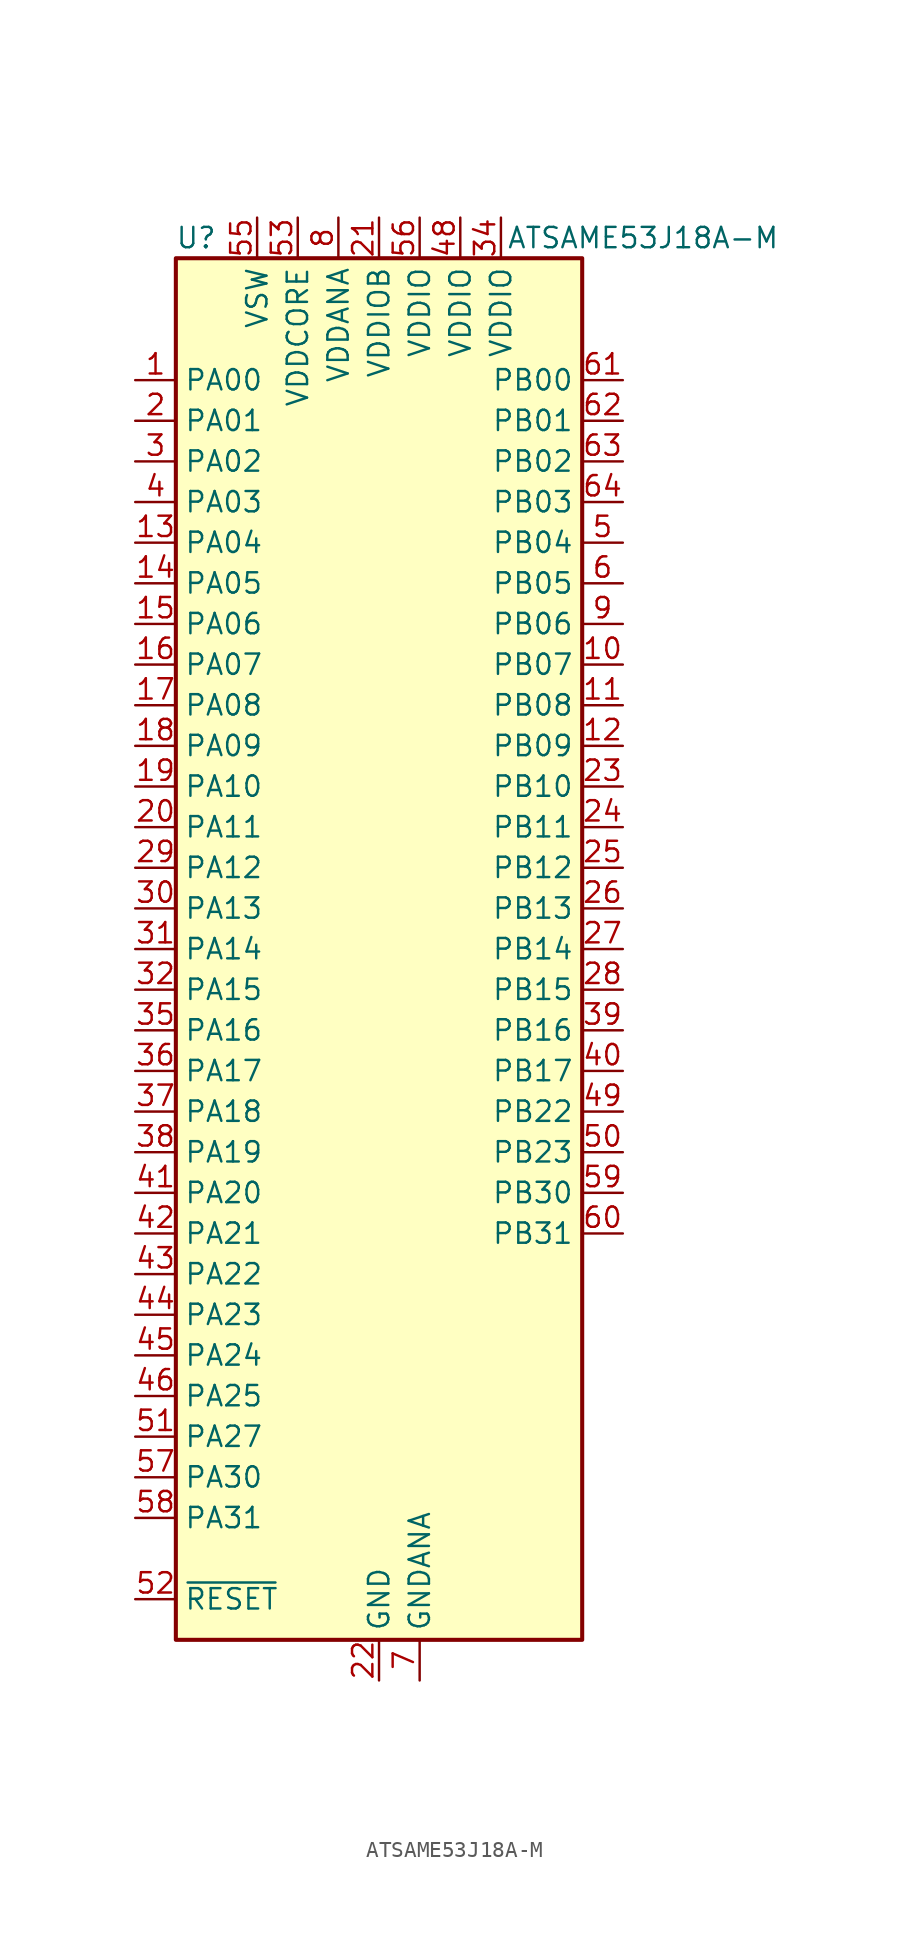
<source format=kicad_sym>
(kicad_symbol_lib
  (version 20201005)
  (generator kicad_symbol_editor)
  (symbol "ATSAME53J18A-M"
    (property "Reference" "U"
      (at -11.43 44.45 0)
      (effects (font (size 1.27 1.27))))
    (property "Value" "ATSAME53J18A-M"
      (at 16.51 44.45 0)
      (effects (font (size 1.27 1.27))))
    (symbol "ATSAME53J18A-M_0_1"
      (rectangle (start -12.7 43.18) (end 12.7 -43.18) (stroke (width 0.254)) (fill (type background))))
    (symbol "ATSAME53J18A-M_1_1"
      (pin bidirectional line (at -15.24 35.56 0) (length 2.54) (name "PA00" (effects (font (size 1.27 1.27)))) (number "1" (effects (font (size 1.27 1.27)))))
      (pin bidirectional line (at 15.24 17.78 180) (length 2.54) (name "PB07" (effects (font (size 1.27 1.27)))) (number "10" (effects (font (size 1.27 1.27)))))
      (pin bidirectional line (at 15.24 15.24 180) (length 2.54) (name "PB08" (effects (font (size 1.27 1.27)))) (number "11" (effects (font (size 1.27 1.27)))))
      (pin bidirectional line (at 15.24 12.7 180) (length 2.54) (name "PB09" (effects (font (size 1.27 1.27)))) (number "12" (effects (font (size 1.27 1.27)))))
      (pin bidirectional line (at -15.24 25.4 0) (length 2.54) (name "PA04" (effects (font (size 1.27 1.27)))) (number "13" (effects (font (size 1.27 1.27)))))
      (pin bidirectional line (at -15.24 22.86 0) (length 2.54) (name "PA05" (effects (font (size 1.27 1.27)))) (number "14" (effects (font (size 1.27 1.27)))))
      (pin bidirectional line (at -15.24 20.32 0) (length 2.54) (name "PA06" (effects (font (size 1.27 1.27)))) (number "15" (effects (font (size 1.27 1.27)))))
      (pin bidirectional line (at -15.24 17.78 0) (length 2.54) (name "PA07" (effects (font (size 1.27 1.27)))) (number "16" (effects (font (size 1.27 1.27)))))
      (pin bidirectional line (at -15.24 15.24 0) (length 2.54) (name "PA08" (effects (font (size 1.27 1.27)))) (number "17" (effects (font (size 1.27 1.27)))))
      (pin bidirectional line (at -15.24 12.7 0) (length 2.54) (name "PA09" (effects (font (size 1.27 1.27)))) (number "18" (effects (font (size 1.27 1.27)))))
      (pin bidirectional line (at -15.24 10.16 0) (length 2.54) (name "PA10" (effects (font (size 1.27 1.27)))) (number "19" (effects (font (size 1.27 1.27)))))
      (pin bidirectional line (at -15.24 33.02 0) (length 2.54) (name "PA01" (effects (font (size 1.27 1.27)))) (number "2" (effects (font (size 1.27 1.27)))))
      (pin bidirectional line (at -15.24 7.62 0) (length 2.54) (name "PA11" (effects (font (size 1.27 1.27)))) (number "20" (effects (font (size 1.27 1.27)))))
      (pin power_in line (at 0 45.72 270) (length 2.54) (name "VDDIOB" (effects (font (size 1.27 1.27)))) (number "21" (effects (font (size 1.27 1.27)))))
      (pin power_in line (at 0 -45.72 90) (length 2.54) (name "GND" (effects (font (size 1.27 1.27)))) (number "22" (effects (font (size 1.27 1.27)))))
      (pin bidirectional line (at 15.24 10.16 180) (length 2.54) (name "PB10" (effects (font (size 1.27 1.27)))) (number "23" (effects (font (size 1.27 1.27)))))
      (pin bidirectional line (at 15.24 7.62 180) (length 2.54) (name "PB11" (effects (font (size 1.27 1.27)))) (number "24" (effects (font (size 1.27 1.27)))))
      (pin bidirectional line (at 15.24 5.08 180) (length 2.54) (name "PB12" (effects (font (size 1.27 1.27)))) (number "25" (effects (font (size 1.27 1.27)))))
      (pin bidirectional line (at 15.24 2.54 180) (length 2.54) (name "PB13" (effects (font (size 1.27 1.27)))) (number "26" (effects (font (size 1.27 1.27)))))
      (pin bidirectional line (at 15.24 0 180) (length 2.54) (name "PB14" (effects (font (size 1.27 1.27)))) (number "27" (effects (font (size 1.27 1.27)))))
      (pin bidirectional line (at 15.24 -2.54 180) (length 2.54) (name "PB15" (effects (font (size 1.27 1.27)))) (number "28" (effects (font (size 1.27 1.27)))))
      (pin bidirectional line (at -15.24 5.08 0) (length 2.54) (name "PA12" (effects (font (size 1.27 1.27)))) (number "29" (effects (font (size 1.27 1.27)))))
      (pin bidirectional line (at -15.24 30.48 0) (length 2.54) (name "PA02" (effects (font (size 1.27 1.27)))) (number "3" (effects (font (size 1.27 1.27)))))
      (pin bidirectional line (at -15.24 2.54 0) (length 2.54) (name "PA13" (effects (font (size 1.27 1.27)))) (number "30" (effects (font (size 1.27 1.27)))))
      (pin bidirectional line (at -15.24 0 0) (length 2.54) (name "PA14" (effects (font (size 1.27 1.27)))) (number "31" (effects (font (size 1.27 1.27)))))
      (pin bidirectional line (at -15.24 -2.54 0) (length 2.54) (name "PA15" (effects (font (size 1.27 1.27)))) (number "32" (effects (font (size 1.27 1.27)))))
      (pin passive line (at 0 -45.72 90) (length 2.54) hide (name "GND" (effects (font (size 1.27 1.27)))) (number "33" (effects (font (size 1.27 1.27)))))
      (pin power_in line (at 7.62 45.72 270) (length 2.54) (name "VDDIO" (effects (font (size 1.27 1.27)))) (number "34" (effects (font (size 1.27 1.27)))))
      (pin bidirectional line (at -15.24 -5.08 0) (length 2.54) (name "PA16" (effects (font (size 1.27 1.27)))) (number "35" (effects (font (size 1.27 1.27)))))
      (pin bidirectional line (at -15.24 -7.62 0) (length 2.54) (name "PA17" (effects (font (size 1.27 1.27)))) (number "36" (effects (font (size 1.27 1.27)))))
      (pin bidirectional line (at -15.24 -10.16 0) (length 2.54) (name "PA18" (effects (font (size 1.27 1.27)))) (number "37" (effects (font (size 1.27 1.27)))))
      (pin bidirectional line (at -15.24 -12.7 0) (length 2.54) (name "PA19" (effects (font (size 1.27 1.27)))) (number "38" (effects (font (size 1.27 1.27)))))
      (pin bidirectional line (at 15.24 -5.08 180) (length 2.54) (name "PB16" (effects (font (size 1.27 1.27)))) (number "39" (effects (font (size 1.27 1.27)))))
      (pin bidirectional line (at -15.24 27.94 0) (length 2.54) (name "PA03" (effects (font (size 1.27 1.27)))) (number "4" (effects (font (size 1.27 1.27)))))
      (pin bidirectional line (at 15.24 -7.62 180) (length 2.54) (name "PB17" (effects (font (size 1.27 1.27)))) (number "40" (effects (font (size 1.27 1.27)))))
      (pin bidirectional line (at -15.24 -15.24 0) (length 2.54) (name "PA20" (effects (font (size 1.27 1.27)))) (number "41" (effects (font (size 1.27 1.27)))))
      (pin bidirectional line (at -15.24 -17.78 0) (length 2.54) (name "PA21" (effects (font (size 1.27 1.27)))) (number "42" (effects (font (size 1.27 1.27)))))
      (pin bidirectional line (at -15.24 -20.32 0) (length 2.54) (name "PA22" (effects (font (size 1.27 1.27)))) (number "43" (effects (font (size 1.27 1.27)))))
      (pin bidirectional line (at -15.24 -22.86 0) (length 2.54) (name "PA23" (effects (font (size 1.27 1.27)))) (number "44" (effects (font (size 1.27 1.27)))))
      (pin bidirectional line (at -15.24 -25.4 0) (length 2.54) (name "PA24" (effects (font (size 1.27 1.27)))) (number "45" (effects (font (size 1.27 1.27)))))
      (pin bidirectional line (at -15.24 -27.94 0) (length 2.54) (name "PA25" (effects (font (size 1.27 1.27)))) (number "46" (effects (font (size 1.27 1.27)))))
      (pin passive line (at 0 -45.72 90) (length 2.54) hide (name "GND" (effects (font (size 1.27 1.27)))) (number "47" (effects (font (size 1.27 1.27)))))
      (pin power_in line (at 5.08 45.72 270) (length 2.54) (name "VDDIO" (effects (font (size 1.27 1.27)))) (number "48" (effects (font (size 1.27 1.27)))))
      (pin bidirectional line (at 15.24 -10.16 180) (length 2.54) (name "PB22" (effects (font (size 1.27 1.27)))) (number "49" (effects (font (size 1.27 1.27)))))
      (pin bidirectional line (at 15.24 25.4 180) (length 2.54) (name "PB04" (effects (font (size 1.27 1.27)))) (number "5" (effects (font (size 1.27 1.27)))))
      (pin bidirectional line (at 15.24 -12.7 180) (length 2.54) (name "PB23" (effects (font (size 1.27 1.27)))) (number "50" (effects (font (size 1.27 1.27)))))
      (pin bidirectional line (at -15.24 -30.48 0) (length 2.54) (name "PA27" (effects (font (size 1.27 1.27)))) (number "51" (effects (font (size 1.27 1.27)))))
      (pin input line (at -15.24 -40.64 0) (length 2.54) (name "~RESET" (effects (font (size 1.27 1.27)))) (number "52" (effects (font (size 1.27 1.27)))))
      (pin power_out line (at -5.08 45.72 270) (length 2.54) (name "VDDCORE" (effects (font (size 1.27 1.27)))) (number "53" (effects (font (size 1.27 1.27)))))
      (pin passive line (at 0 -45.72 90) (length 2.54) hide (name "GND" (effects (font (size 1.27 1.27)))) (number "54" (effects (font (size 1.27 1.27)))))
      (pin power_in line (at -7.62 45.72 270) (length 2.54) (name "VSW" (effects (font (size 1.27 1.27)))) (number "55" (effects (font (size 1.27 1.27)))))
      (pin power_in line (at 2.54 45.72 270) (length 2.54) (name "VDDIO" (effects (font (size 1.27 1.27)))) (number "56" (effects (font (size 1.27 1.27)))))
      (pin bidirectional line (at -15.24 -33.02 0) (length 2.54) (name "PA30" (effects (font (size 1.27 1.27)))) (number "57" (effects (font (size 1.27 1.27)))))
      (pin bidirectional line (at -15.24 -35.56 0) (length 2.54) (name "PA31" (effects (font (size 1.27 1.27)))) (number "58" (effects (font (size 1.27 1.27)))))
      (pin bidirectional line (at 15.24 -15.24 180) (length 2.54) (name "PB30" (effects (font (size 1.27 1.27)))) (number "59" (effects (font (size 1.27 1.27)))))
      (pin bidirectional line (at 15.24 22.86 180) (length 2.54) (name "PB05" (effects (font (size 1.27 1.27)))) (number "6" (effects (font (size 1.27 1.27)))))
      (pin bidirectional line (at 15.24 -17.78 180) (length 2.54) (name "PB31" (effects (font (size 1.27 1.27)))) (number "60" (effects (font (size 1.27 1.27)))))
      (pin bidirectional line (at 15.24 35.56 180) (length 2.54) (name "PB00" (effects (font (size 1.27 1.27)))) (number "61" (effects (font (size 1.27 1.27)))))
      (pin bidirectional line (at 15.24 33.02 180) (length 2.54) (name "PB01" (effects (font (size 1.27 1.27)))) (number "62" (effects (font (size 1.27 1.27)))))
      (pin bidirectional line (at 15.24 30.48 180) (length 2.54) (name "PB02" (effects (font (size 1.27 1.27)))) (number "63" (effects (font (size 1.27 1.27)))))
      (pin bidirectional line (at 15.24 27.94 180) (length 2.54) (name "PB03" (effects (font (size 1.27 1.27)))) (number "64" (effects (font (size 1.27 1.27)))))
      (pin passive line (at 0 -45.72 90) (length 2.54) hide (name "GND" (effects (font (size 1.27 1.27)))) (number "65" (effects (font (size 1.27 1.27)))))
      (pin power_in line (at 2.54 -45.72 90) (length 2.54) (name "GNDANA" (effects (font (size 1.27 1.27)))) (number "7" (effects (font (size 1.27 1.27)))))
      (pin power_in line (at -2.54 45.72 270) (length 2.54) (name "VDDANA" (effects (font (size 1.27 1.27)))) (number "8" (effects (font (size 1.27 1.27)))))
      (pin bidirectional line (at 15.24 20.32 180) (length 2.54) (name "PB06" (effects (font (size 1.27 1.27)))) (number "9" (effects (font (size 1.27 1.27))))))))
</source>
